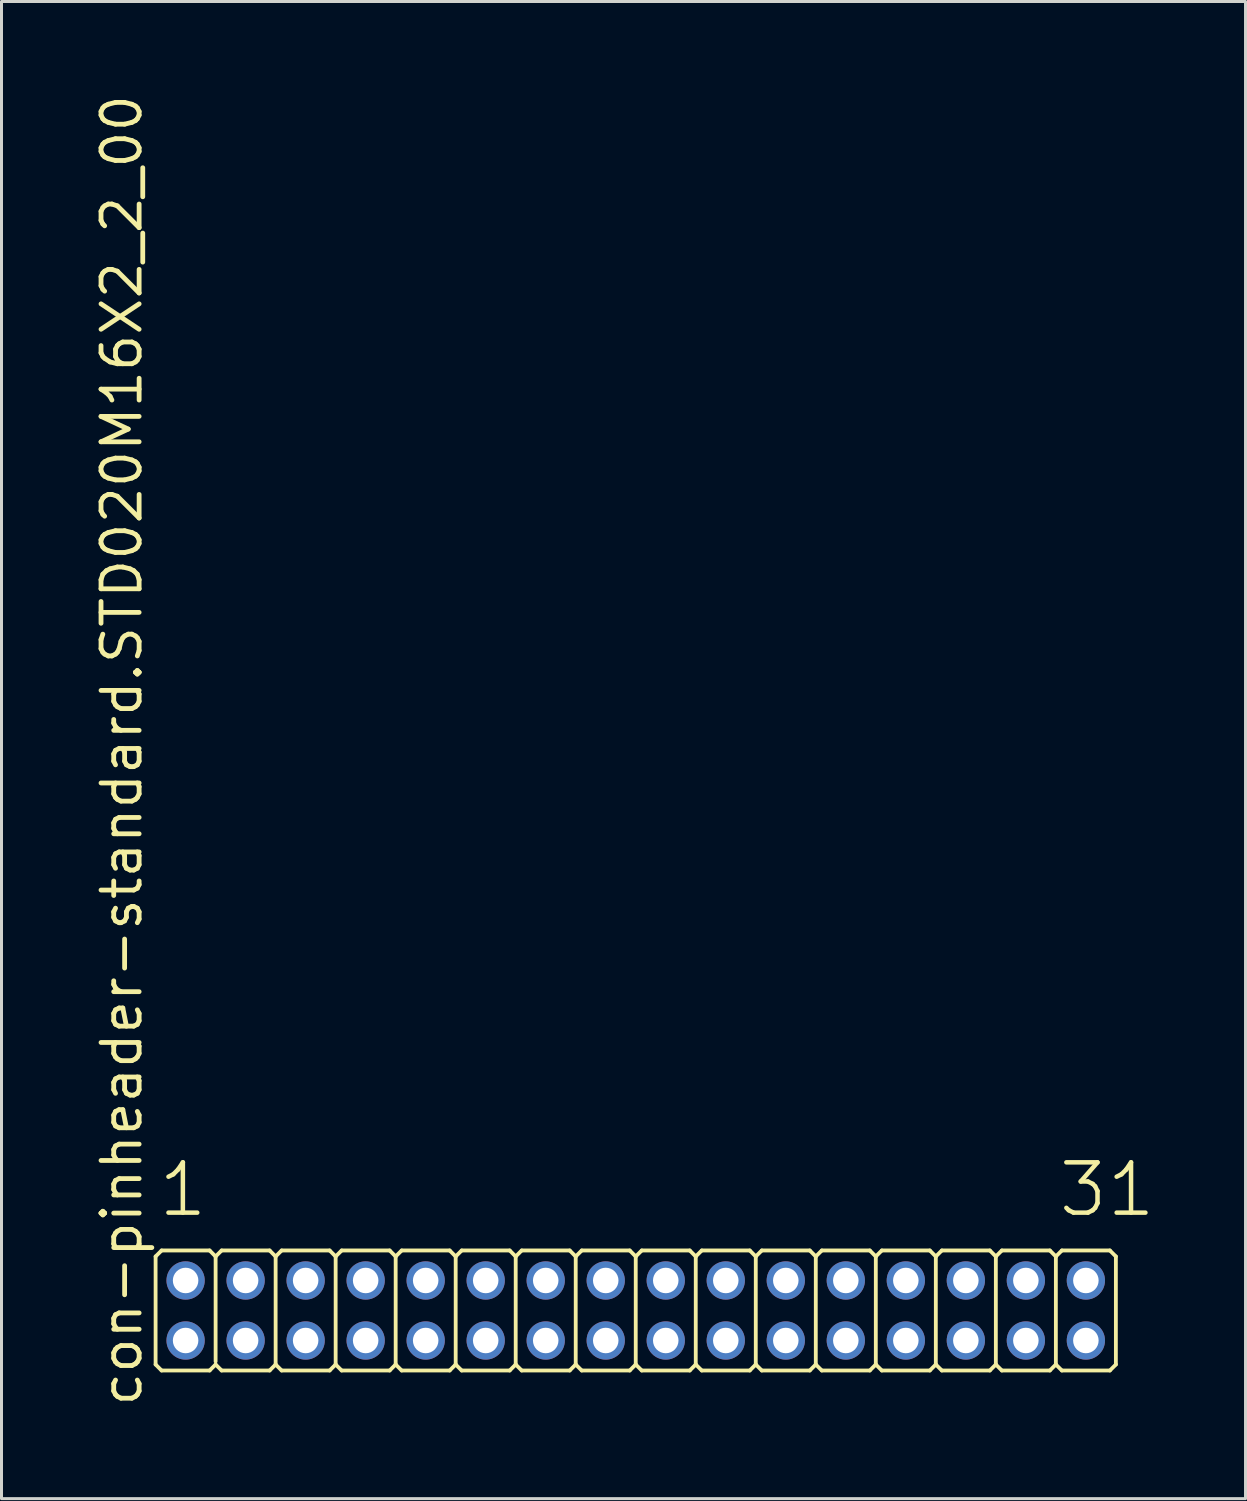
<source format=kicad_pcb>
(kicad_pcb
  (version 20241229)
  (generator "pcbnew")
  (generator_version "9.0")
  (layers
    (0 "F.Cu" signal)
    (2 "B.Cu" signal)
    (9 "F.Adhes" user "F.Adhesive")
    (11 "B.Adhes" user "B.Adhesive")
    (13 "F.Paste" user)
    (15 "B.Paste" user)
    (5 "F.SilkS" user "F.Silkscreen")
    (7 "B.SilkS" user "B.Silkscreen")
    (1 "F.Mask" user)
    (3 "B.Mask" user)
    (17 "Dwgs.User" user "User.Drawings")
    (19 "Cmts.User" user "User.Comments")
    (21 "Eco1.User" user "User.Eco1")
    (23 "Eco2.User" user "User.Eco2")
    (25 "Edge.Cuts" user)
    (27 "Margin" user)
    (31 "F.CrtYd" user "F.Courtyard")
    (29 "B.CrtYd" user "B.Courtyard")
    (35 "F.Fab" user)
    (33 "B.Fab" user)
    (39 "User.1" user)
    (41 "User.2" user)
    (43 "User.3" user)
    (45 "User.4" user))
  (footprint "con-pinheader-standard.STD020M16X2_2_00"
    (layer "F.Cu")
    (at 18.135 40.62)
    (property "Reference" "con-pinheader-standard.STD020M16X2_2_00" (at -16.385 3.27 90) (layer "F.SilkS") (effects (font (size 1.27 1.27) (thickness 0.16)) (justify left bottom)))
    (attr through_hole)
    (fp_line (start -16 1.8) (end -16 -1.8) (stroke (width 0.127) (type default)) (layer "F.SilkS"))
    (fp_line (start -15.8 -2) (end -16 -1.8) (stroke (width 0.127) (type default)) (layer "F.SilkS"))
    (fp_line (start -15.8 -2) (end -14.2 -2) (stroke (width 0.127) (type default)) (layer "F.SilkS"))
    (fp_line (start -15.8 2) (end -16 1.8) (stroke (width 0.127) (type default)) (layer "F.SilkS"))
    (fp_line (start -14.2 -2) (end -14 -1.8) (stroke (width 0.127) (type default)) (layer "F.SilkS"))
    (fp_line (start -14.2 2) (end -15.8 2) (stroke (width 0.127) (type default)) (layer "F.SilkS"))
    (fp_line (start -14.2 2) (end -14 1.8) (stroke (width 0.127) (type default)) (layer "F.SilkS"))
    (fp_line (start -14 -1.8) (end -14 1.7) (stroke (width 0.127) (type default)) (layer "F.SilkS"))
    (fp_line (start -13.8 -2) (end -14 -1.8) (stroke (width 0.127) (type default)) (layer "F.SilkS"))
    (fp_line (start -13.8 -2) (end -12.2 -2) (stroke (width 0.127) (type default)) (layer "F.SilkS"))
    (fp_line (start -13.8 2) (end -14 1.8) (stroke (width 0.127) (type default)) (layer "F.SilkS"))
    (fp_line (start -12.2 -2) (end -12 -1.8) (stroke (width 0.127) (type default)) (layer "F.SilkS"))
    (fp_line (start -12.2 2) (end -13.8 2) (stroke (width 0.127) (type default)) (layer "F.SilkS"))
    (fp_line (start -12.2 2) (end -12 1.8) (stroke (width 0.127) (type default)) (layer "F.SilkS"))
    (fp_line (start -12 -1.8) (end -12 1.8) (stroke (width 0.127) (type default)) (layer "F.SilkS"))
    (fp_line (start -11.8 -2) (end -12 -1.8) (stroke (width 0.127) (type default)) (layer "F.SilkS"))
    (fp_line (start -11.8 -2) (end -10.2 -2) (stroke (width 0.127) (type default)) (layer "F.SilkS"))
    (fp_line (start -11.8 2) (end -12 1.8) (stroke (width 0.127) (type default)) (layer "F.SilkS"))
    (fp_line (start -10.2 -2) (end -10 -1.8) (stroke (width 0.127) (type default)) (layer "F.SilkS"))
    (fp_line (start -10.2 2) (end -11.8 2) (stroke (width 0.127) (type default)) (layer "F.SilkS"))
    (fp_line (start -10.2 2) (end -10 1.8) (stroke (width 0.127) (type default)) (layer "F.SilkS"))
    (fp_line (start -10 -1.8) (end -10 1.8) (stroke (width 0.127) (type default)) (layer "F.SilkS"))
    (fp_line (start -9.8 -2) (end -10 -1.8) (stroke (width 0.127) (type default)) (layer "F.SilkS"))
    (fp_line (start -9.8 -2) (end -8.2 -2) (stroke (width 0.127) (type default)) (layer "F.SilkS"))
    (fp_line (start -9.8 2) (end -10 1.8) (stroke (width 0.127) (type default)) (layer "F.SilkS"))
    (fp_line (start -8.2 -2) (end -8 -1.8) (stroke (width 0.127) (type default)) (layer "F.SilkS"))
    (fp_line (start -8.2 2) (end -9.8 2) (stroke (width 0.127) (type default)) (layer "F.SilkS"))
    (fp_line (start -8.2 2) (end -8 1.8) (stroke (width 0.127) (type default)) (layer "F.SilkS"))
    (fp_line (start -8 -1.8) (end -8 1.8) (stroke (width 0.127) (type default)) (layer "F.SilkS"))
    (fp_line (start -7.8 -2) (end -8 -1.8) (stroke (width 0.127) (type default)) (layer "F.SilkS"))
    (fp_line (start -7.8 -2) (end -6.2 -2) (stroke (width 0.127) (type default)) (layer "F.SilkS"))
    (fp_line (start -7.8 2) (end -8 1.8) (stroke (width 0.127) (type default)) (layer "F.SilkS"))
    (fp_line (start -6.2 -2) (end -6 -1.8) (stroke (width 0.127) (type default)) (layer "F.SilkS"))
    (fp_line (start -6.2 2) (end -7.8 2) (stroke (width 0.127) (type default)) (layer "F.SilkS"))
    (fp_line (start -6.2 2) (end -6 1.8) (stroke (width 0.127) (type default)) (layer "F.SilkS"))
    (fp_line (start -6 -1.8) (end -6 1.8) (stroke (width 0.127) (type default)) (layer "F.SilkS"))
    (fp_line (start -5.8 -2) (end -6 -1.8) (stroke (width 0.127) (type default)) (layer "F.SilkS"))
    (fp_line (start -5.8 -2) (end -4.2 -2) (stroke (width 0.127) (type default)) (layer "F.SilkS"))
    (fp_line (start -5.8 2) (end -6 1.8) (stroke (width 0.127) (type default)) (layer "F.SilkS"))
    (fp_line (start -4.2 -2) (end -4 -1.8) (stroke (width 0.127) (type default)) (layer "F.SilkS"))
    (fp_line (start -4.2 2) (end -5.8 2) (stroke (width 0.127) (type default)) (layer "F.SilkS"))
    (fp_line (start -4.2 2) (end -4 1.8) (stroke (width 0.127) (type default)) (layer "F.SilkS"))
    (fp_line (start -4 -1.8) (end -4 1.8) (stroke (width 0.127) (type default)) (layer "F.SilkS"))
    (fp_line (start -3.8 -2) (end -4 -1.8) (stroke (width 0.127) (type default)) (layer "F.SilkS"))
    (fp_line (start -3.8 -2) (end -2.2 -2) (stroke (width 0.127) (type default)) (layer "F.SilkS"))
    (fp_line (start -3.8 2) (end -4 1.8) (stroke (width 0.127) (type default)) (layer "F.SilkS"))
    (fp_line (start -2.2 -2) (end -2 -1.8) (stroke (width 0.127) (type default)) (layer "F.SilkS"))
    (fp_line (start -2.2 2) (end -3.8 2) (stroke (width 0.127) (type default)) (layer "F.SilkS"))
    (fp_line (start -2.2 2) (end -2 1.8) (stroke (width 0.127) (type default)) (layer "F.SilkS"))
    (fp_line (start -2 -1.8) (end -2 1.8) (stroke (width 0.127) (type default)) (layer "F.SilkS"))
    (fp_line (start -1.8 -2) (end -2 -1.8) (stroke (width 0.127) (type default)) (layer "F.SilkS"))
    (fp_line (start -1.8 -2) (end -0.2 -2) (stroke (width 0.127) (type default)) (layer "F.SilkS"))
    (fp_line (start -1.8 2) (end -2 1.8) (stroke (width 0.127) (type default)) (layer "F.SilkS"))
    (fp_line (start -0.2 -2) (end 0 -1.8) (stroke (width 0.127) (type default)) (layer "F.SilkS"))
    (fp_line (start -0.2 2) (end -1.8 2) (stroke (width 0.127) (type default)) (layer "F.SilkS"))
    (fp_line (start -0.2 2) (end 0 1.8) (stroke (width 0.127) (type default)) (layer "F.SilkS"))
    (fp_line (start 0 -1.8) (end 0 1.8) (stroke (width 0.127) (type default)) (layer "F.SilkS"))
    (fp_line (start 0.2 -2) (end 0 -1.8) (stroke (width 0.127) (type default)) (layer "F.SilkS"))
    (fp_line (start 0.2 -2) (end 1.8 -2) (stroke (width 0.127) (type default)) (layer "F.SilkS"))
    (fp_line (start 0.2 2) (end 0 1.8) (stroke (width 0.127) (type default)) (layer "F.SilkS"))
    (fp_line (start 1.8 -2) (end 2 -1.8) (stroke (width 0.127) (type default)) (layer "F.SilkS"))
    (fp_line (start 1.8 2) (end 0.2 2) (stroke (width 0.127) (type default)) (layer "F.SilkS"))
    (fp_line (start 1.8 2) (end 2 1.8) (stroke (width 0.127) (type default)) (layer "F.SilkS"))
    (fp_line (start 2 -1.8) (end 2 1.8) (stroke (width 0.127) (type default)) (layer "F.SilkS"))
    (fp_line (start 2.2 -2) (end 2 -1.8) (stroke (width 0.127) (type default)) (layer "F.SilkS"))
    (fp_line (start 2.2 -2) (end 3.8 -2) (stroke (width 0.127) (type default)) (layer "F.SilkS"))
    (fp_line (start 2.2 2) (end 2 1.8) (stroke (width 0.127) (type default)) (layer "F.SilkS"))
    (fp_line (start 3.8 -2) (end 4 -1.8) (stroke (width 0.127) (type default)) (layer "F.SilkS"))
    (fp_line (start 3.8 2) (end 2.2 2) (stroke (width 0.127) (type default)) (layer "F.SilkS"))
    (fp_line (start 3.8 2) (end 4 1.8) (stroke (width 0.127) (type default)) (layer "F.SilkS"))
    (fp_line (start 4 -1.8) (end 4 1.8) (stroke (width 0.127) (type default)) (layer "F.SilkS"))
    (fp_line (start 4.2 -2) (end 4 -1.8) (stroke (width 0.127) (type default)) (layer "F.SilkS"))
    (fp_line (start 4.2 -2) (end 5.8 -2) (stroke (width 0.127) (type default)) (layer "F.SilkS"))
    (fp_line (start 4.2 2) (end 4 1.8) (stroke (width 0.127) (type default)) (layer "F.SilkS"))
    (fp_line (start 5.8 -2) (end 6 -1.8) (stroke (width 0.127) (type default)) (layer "F.SilkS"))
    (fp_line (start 5.8 2) (end 4.2 2) (stroke (width 0.127) (type default)) (layer "F.SilkS"))
    (fp_line (start 5.8 2) (end 6 1.8) (stroke (width 0.127) (type default)) (layer "F.SilkS"))
    (fp_line (start 6 -1.8) (end 6 1.8) (stroke (width 0.127) (type default)) (layer "F.SilkS"))
    (fp_line (start 6.2 -2) (end 6 -1.8) (stroke (width 0.127) (type default)) (layer "F.SilkS"))
    (fp_line (start 6.2 -2) (end 7.8 -2) (stroke (width 0.127) (type default)) (layer "F.SilkS"))
    (fp_line (start 6.2 2) (end 6 1.8) (stroke (width 0.127) (type default)) (layer "F.SilkS"))
    (fp_line (start 7.8 -2) (end 8 -1.8) (stroke (width 0.127) (type default)) (layer "F.SilkS"))
    (fp_line (start 7.8 2) (end 6.2 2) (stroke (width 0.127) (type default)) (layer "F.SilkS"))
    (fp_line (start 7.8 2) (end 8 1.8) (stroke (width 0.127) (type default)) (layer "F.SilkS"))
    (fp_line (start 8 -1.8) (end 8 1.8) (stroke (width 0.127) (type default)) (layer "F.SilkS"))
    (fp_line (start 8.2 -2) (end 8 -1.8) (stroke (width 0.127) (type default)) (layer "F.SilkS"))
    (fp_line (start 8.2 -2) (end 9.8 -2) (stroke (width 0.127) (type default)) (layer "F.SilkS"))
    (fp_line (start 8.2 2) (end 8 1.8) (stroke (width 0.127) (type default)) (layer "F.SilkS"))
    (fp_line (start 9.8 -2) (end 10 -1.8) (stroke (width 0.127) (type default)) (layer "F.SilkS"))
    (fp_line (start 9.8 2) (end 8.2 2) (stroke (width 0.127) (type default)) (layer "F.SilkS"))
    (fp_line (start 9.8 2) (end 10 1.8) (stroke (width 0.127) (type default)) (layer "F.SilkS"))
    (fp_line (start 10 -1.8) (end 10 1.8) (stroke (width 0.127) (type default)) (layer "F.SilkS"))
    (fp_line (start 10.2 -2) (end 10 -1.8) (stroke (width 0.127) (type default)) (layer "F.SilkS"))
    (fp_line (start 10.2 -2) (end 11.8 -2) (stroke (width 0.127) (type default)) (layer "F.SilkS"))
    (fp_line (start 10.2 2) (end 10 1.8) (stroke (width 0.127) (type default)) (layer "F.SilkS"))
    (fp_line (start 11.8 -2) (end 12 -1.8) (stroke (width 0.127) (type default)) (layer "F.SilkS"))
    (fp_line (start 11.8 2) (end 10.2 2) (stroke (width 0.127) (type default)) (layer "F.SilkS"))
    (fp_line (start 11.8 2) (end 12 1.8) (stroke (width 0.127) (type default)) (layer "F.SilkS"))
    (fp_line (start 12 -1.8) (end 12 1.8) (stroke (width 0.127) (type default)) (layer "F.SilkS"))
    (fp_line (start 12.2 -2) (end 12 -1.8) (stroke (width 0.127) (type default)) (layer "F.SilkS"))
    (fp_line (start 12.2 -2) (end 13.8 -2) (stroke (width 0.127) (type default)) (layer "F.SilkS"))
    (fp_line (start 12.2 2) (end 12 1.8) (stroke (width 0.127) (type default)) (layer "F.SilkS"))
    (fp_line (start 13.8 -2) (end 14 -1.8) (stroke (width 0.127) (type default)) (layer "F.SilkS"))
    (fp_line (start 13.8 2) (end 12.2 2) (stroke (width 0.127) (type default)) (layer "F.SilkS"))
    (fp_line (start 13.8 2) (end 14 1.8) (stroke (width 0.127) (type default)) (layer "F.SilkS"))
    (fp_line (start 14 -1.8) (end 14 1.8) (stroke (width 0.127) (type default)) (layer "F.SilkS"))
    (fp_line (start 14.2 -2) (end 14 -1.8) (stroke (width 0.127) (type default)) (layer "F.SilkS"))
    (fp_line (start 14.2 -2) (end 15.8 -2) (stroke (width 0.127) (type default)) (layer "F.SilkS"))
    (fp_line (start 14.2 2) (end 14 1.8) (stroke (width 0.127) (type default)) (layer "F.SilkS"))
    (fp_line (start 15.8 -2) (end 16 -1.8) (stroke (width 0.127) (type default)) (layer "F.SilkS"))
    (fp_line (start 15.8 2) (end 14.2 2) (stroke (width 0.127) (type default)) (layer "F.SilkS"))
    (fp_line (start 15.8 2) (end 16 1.8) (stroke (width 0.127) (type default)) (layer "F.SilkS"))
    (fp_line (start 16 -1.8) (end 16 1.8) (stroke (width 0.127) (type default)) (layer "F.SilkS"))
    (fp_rect (start -15.25 -0.75) (end -14.75 -1.25) (stroke (width 0.05) (type default)) (fill no) (layer "F.Fab"))
    (fp_rect (start -15.25 1.25) (end -14.75 0.75) (stroke (width 0.05) (type default)) (fill no) (layer "F.Fab"))
    (fp_rect (start -13.25 -0.75) (end -12.75 -1.25) (stroke (width 0.05) (type default)) (fill no) (layer "F.Fab"))
    (fp_rect (start -13.25 1.25) (end -12.75 0.75) (stroke (width 0.05) (type default)) (fill no) (layer "F.Fab"))
    (fp_rect (start -11.25 -0.75) (end -10.75 -1.25) (stroke (width 0.05) (type default)) (fill no) (layer "F.Fab"))
    (fp_rect (start -11.25 1.25) (end -10.75 0.75) (stroke (width 0.05) (type default)) (fill no) (layer "F.Fab"))
    (fp_rect (start -9.25 -0.75) (end -8.75 -1.25) (stroke (width 0.05) (type default)) (fill no) (layer "F.Fab"))
    (fp_rect (start -9.25 1.25) (end -8.75 0.75) (stroke (width 0.05) (type default)) (fill no) (layer "F.Fab"))
    (fp_rect (start -7.25 -0.75) (end -6.75 -1.25) (stroke (width 0.05) (type default)) (fill no) (layer "F.Fab"))
    (fp_rect (start -7.25 1.25) (end -6.75 0.75) (stroke (width 0.05) (type default)) (fill no) (layer "F.Fab"))
    (fp_rect (start -5.25 -0.75) (end -4.75 -1.25) (stroke (width 0.05) (type default)) (fill no) (layer "F.Fab"))
    (fp_rect (start -5.25 1.25) (end -4.75 0.75) (stroke (width 0.05) (type default)) (fill no) (layer "F.Fab"))
    (fp_rect (start -3.25 -0.75) (end -2.75 -1.25) (stroke (width 0.05) (type default)) (fill no) (layer "F.Fab"))
    (fp_rect (start -3.25 1.25) (end -2.75 0.75) (stroke (width 0.05) (type default)) (fill no) (layer "F.Fab"))
    (fp_rect (start -1.25 -0.75) (end -0.75 -1.25) (stroke (width 0.05) (type default)) (fill no) (layer "F.Fab"))
    (fp_rect (start -1.25 1.25) (end -0.75 0.75) (stroke (width 0.05) (type default)) (fill no) (layer "F.Fab"))
    (fp_rect (start 0.75 -0.75) (end 1.25 -1.25) (stroke (width 0.05) (type default)) (fill no) (layer "F.Fab"))
    (fp_rect (start 0.75 1.25) (end 1.25 0.75) (stroke (width 0.05) (type default)) (fill no) (layer "F.Fab"))
    (fp_rect (start 2.75 -0.75) (end 3.25 -1.25) (stroke (width 0.05) (type default)) (fill no) (layer "F.Fab"))
    (fp_rect (start 2.75 1.25) (end 3.25 0.75) (stroke (width 0.05) (type default)) (fill no) (layer "F.Fab"))
    (fp_rect (start 4.75 -0.75) (end 5.25 -1.25) (stroke (width 0.05) (type default)) (fill no) (layer "F.Fab"))
    (fp_rect (start 4.75 1.25) (end 5.25 0.75) (stroke (width 0.05) (type default)) (fill no) (layer "F.Fab"))
    (fp_rect (start 6.75 -0.75) (end 7.25 -1.25) (stroke (width 0.05) (type default)) (fill no) (layer "F.Fab"))
    (fp_rect (start 6.75 1.25) (end 7.25 0.75) (stroke (width 0.05) (type default)) (fill no) (layer "F.Fab"))
    (fp_rect (start 8.75 -0.75) (end 9.25 -1.25) (stroke (width 0.05) (type default)) (fill no) (layer "F.Fab"))
    (fp_rect (start 8.75 1.25) (end 9.25 0.75) (stroke (width 0.05) (type default)) (fill no) (layer "F.Fab"))
    (fp_rect (start 10.75 -0.75) (end 11.25 -1.25) (stroke (width 0.05) (type default)) (fill no) (layer "F.Fab"))
    (fp_rect (start 10.75 1.25) (end 11.25 0.75) (stroke (width 0.05) (type default)) (fill no) (layer "F.Fab"))
    (fp_rect (start 12.75 -0.75) (end 13.25 -1.25) (stroke (width 0.05) (type default)) (fill no) (layer "F.Fab"))
    (fp_rect (start 12.75 1.25) (end 13.25 0.75) (stroke (width 0.05) (type default)) (fill no) (layer "F.Fab"))
    (fp_rect (start 14.75 -0.75) (end 15.25 -1.25) (stroke (width 0.05) (type default)) (fill no) (layer "F.Fab"))
    (fp_rect (start 14.75 1.25) (end 15.25 0.75) (stroke (width 0.05) (type default)) (fill no) (layer "F.Fab"))
    (fp_text user "1" (at -15.988 -3.048 0) (layer "F.SilkS") (effects (font (size 1.676 1.676) (thickness 0.15)) (justify left bottom)))
    (fp_text user "31" (at 14.012 -3.048 0) (layer "F.SilkS") (effects (font (size 1.676 1.676) (thickness 0.15)) (justify left bottom)))
    (pad "1" thru_hole circle (at -15 -1) (size 1.275 1.275) (drill 0.85) (layers "*.Cu" "*.Mask"))
    (pad "2" thru_hole circle (at -15 1) (size 1.275 1.275) (drill 0.85) (layers "*.Cu" "*.Mask"))
    (pad "3" thru_hole circle (at -13 -1) (size 1.275 1.275) (drill 0.85) (layers "*.Cu" "*.Mask"))
    (pad "4" thru_hole circle (at -13 1) (size 1.275 1.275) (drill 0.85) (layers "*.Cu" "*.Mask"))
    (pad "5" thru_hole circle (at -11 -1) (size 1.275 1.275) (drill 0.85) (layers "*.Cu" "*.Mask"))
    (pad "6" thru_hole circle (at -11 1) (size 1.275 1.275) (drill 0.85) (layers "*.Cu" "*.Mask"))
    (pad "7" thru_hole circle (at -9 -1) (size 1.275 1.275) (drill 0.85) (layers "*.Cu" "*.Mask"))
    (pad "8" thru_hole circle (at -9 1) (size 1.275 1.275) (drill 0.85) (layers "*.Cu" "*.Mask"))
    (pad "9" thru_hole circle (at -7 -1) (size 1.275 1.275) (drill 0.85) (layers "*.Cu" "*.Mask"))
    (pad "10" thru_hole circle (at -7 1) (size 1.275 1.275) (drill 0.85) (layers "*.Cu" "*.Mask"))
    (pad "11" thru_hole circle (at -5 -1) (size 1.275 1.275) (drill 0.85) (layers "*.Cu" "*.Mask"))
    (pad "12" thru_hole circle (at -5 1) (size 1.275 1.275) (drill 0.85) (layers "*.Cu" "*.Mask"))
    (pad "13" thru_hole circle (at -3 -1) (size 1.275 1.275) (drill 0.85) (layers "*.Cu" "*.Mask"))
    (pad "14" thru_hole circle (at -3 1) (size 1.275 1.275) (drill 0.85) (layers "*.Cu" "*.Mask"))
    (pad "15" thru_hole circle (at -1 -1) (size 1.275 1.275) (drill 0.85) (layers "*.Cu" "*.Mask"))
    (pad "16" thru_hole circle (at -1 1) (size 1.275 1.275) (drill 0.85) (layers "*.Cu" "*.Mask"))
    (pad "17" thru_hole circle (at 1 -1) (size 1.275 1.275) (drill 0.85) (layers "*.Cu" "*.Mask"))
    (pad "18" thru_hole circle (at 1 1) (size 1.275 1.275) (drill 0.85) (layers "*.Cu" "*.Mask"))
    (pad "19" thru_hole circle (at 3 -1) (size 1.275 1.275) (drill 0.85) (layers "*.Cu" "*.Mask"))
    (pad "20" thru_hole circle (at 3 1) (size 1.275 1.275) (drill 0.85) (layers "*.Cu" "*.Mask"))
    (pad "21" thru_hole circle (at 5 -1) (size 1.275 1.275) (drill 0.85) (layers "*.Cu" "*.Mask"))
    (pad "22" thru_hole circle (at 5 1) (size 1.275 1.275) (drill 0.85) (layers "*.Cu" "*.Mask"))
    (pad "23" thru_hole circle (at 7 -1) (size 1.275 1.275) (drill 0.85) (layers "*.Cu" "*.Mask"))
    (pad "24" thru_hole circle (at 7 1) (size 1.275 1.275) (drill 0.85) (layers "*.Cu" "*.Mask"))
    (pad "25" thru_hole circle (at 9 -1) (size 1.275 1.275) (drill 0.85) (layers "*.Cu" "*.Mask"))
    (pad "26" thru_hole circle (at 9 1) (size 1.275 1.275) (drill 0.85) (layers "*.Cu" "*.Mask"))
    (pad "27" thru_hole circle (at 11 -1) (size 1.275 1.275) (drill 0.85) (layers "*.Cu" "*.Mask"))
    (pad "28" thru_hole circle (at 11 1) (size 1.275 1.275) (drill 0.85) (layers "*.Cu" "*.Mask"))
    (pad "29" thru_hole circle (at 13 -1) (size 1.275 1.275) (drill 0.85) (layers "*.Cu" "*.Mask"))
    (pad "30" thru_hole circle (at 13 1) (size 1.275 1.275) (drill 0.85) (layers "*.Cu" "*.Mask"))
    (pad "31" thru_hole circle (at 15 -1) (size 1.275 1.275) (drill 0.85) (layers "*.Cu" "*.Mask"))
    (pad "32" thru_hole circle (at 15 1) (size 1.275 1.275) (drill 0.85) (layers "*.Cu" "*.Mask")))
  (gr_rect
    (start -3 -3)
    (end 38.455 46.89)
    (stroke (width 0.1) (type default))
    (fill no)
    (layer "Edge.Cuts")))
</source>
